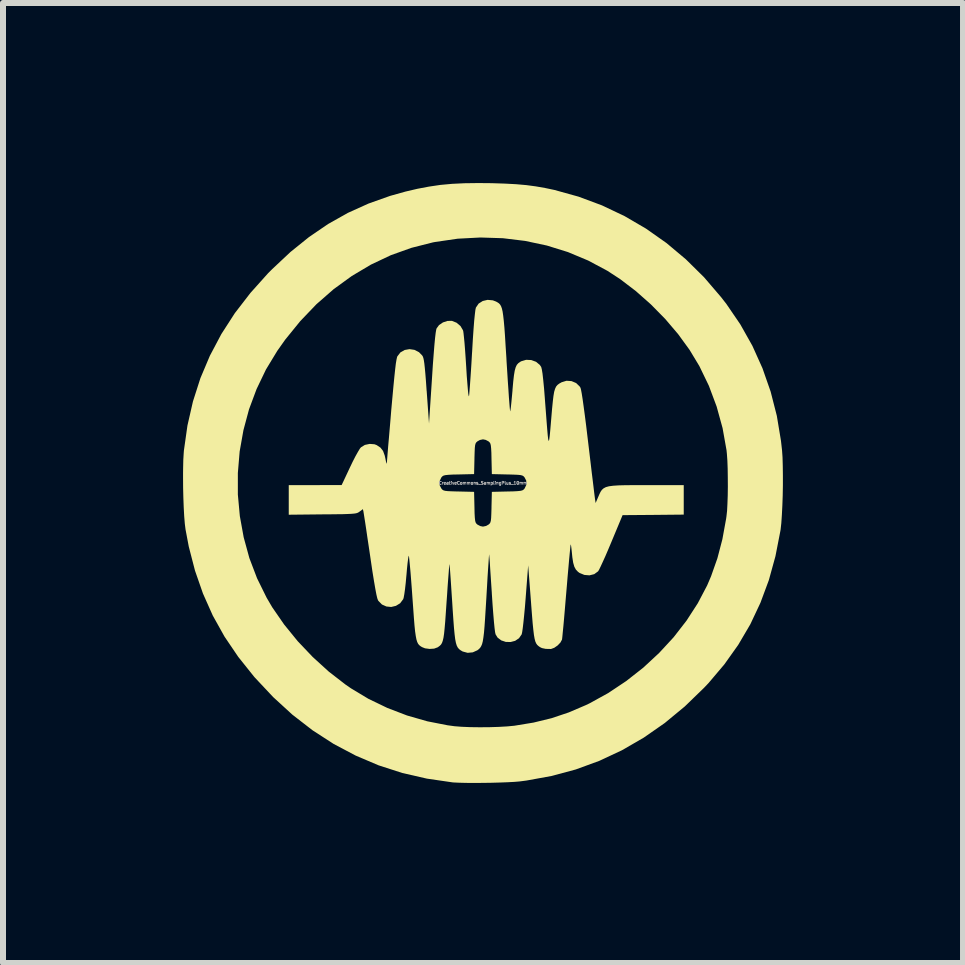
<source format=kicad_pcb>
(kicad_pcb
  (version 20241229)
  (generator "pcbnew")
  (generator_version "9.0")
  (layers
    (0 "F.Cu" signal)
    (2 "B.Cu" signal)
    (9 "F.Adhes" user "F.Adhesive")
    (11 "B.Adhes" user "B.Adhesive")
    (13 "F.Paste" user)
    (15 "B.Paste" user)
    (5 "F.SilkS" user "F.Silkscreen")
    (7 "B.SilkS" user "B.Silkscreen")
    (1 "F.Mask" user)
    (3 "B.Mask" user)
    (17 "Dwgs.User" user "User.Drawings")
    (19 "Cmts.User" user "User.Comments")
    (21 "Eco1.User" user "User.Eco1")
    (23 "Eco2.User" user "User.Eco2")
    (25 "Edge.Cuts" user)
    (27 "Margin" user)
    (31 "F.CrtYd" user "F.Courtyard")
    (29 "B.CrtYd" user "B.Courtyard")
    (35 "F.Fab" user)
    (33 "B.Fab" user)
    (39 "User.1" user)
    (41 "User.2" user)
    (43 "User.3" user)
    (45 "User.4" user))
  (footprint "CreativeCommons_SamplingPlus_10mm"
    (layer "F.Cu")
    (at 4.997 4.997)
    (property "Reference" "CreativeCommons_SamplingPlus_10mm" (at 0 0 0) (layer "F.Fab") (effects (font (size 0.05 0.05) (thickness 0.013))))
    (attr board_only exclude_from_pos_files exclude_from_bom)
    (fp_poly (pts (xy 0.145 -4.995) (xy 0.362 -4.988) (xy 0.551 -4.978) (xy 0.721 -4.963) (xy 0.879 -4.942) (xy 1.034 -4.915) (xy 1.191 -4.882) (xy 1.594 -4.77) (xy 1.983 -4.625) (xy 2.358 -4.447) (xy 2.716 -4.238) (xy 3.057 -3.998) (xy 3.38 -3.727) (xy 3.683 -3.428) (xy 3.965 -3.099) (xy 4.056 -2.982) (xy 4.288 -2.642) (xy 4.489 -2.285) (xy 4.657 -1.911) (xy 4.793 -1.522) (xy 4.896 -1.119) (xy 4.965 -0.703) (xy 4.983 -0.542) (xy 4.991 -0.427) (xy 4.995 -0.287) (xy 4.997 -0.129) (xy 4.997 0.04) (xy 4.994 0.211) (xy 4.988 0.377) (xy 4.98 0.532) (xy 4.971 0.667) (xy 4.959 0.776) (xy 4.955 0.8) (xy 4.873 1.22) (xy 4.763 1.619) (xy 4.623 1.996) (xy 4.454 2.355) (xy 4.253 2.697) (xy 4.022 3.022) (xy 3.758 3.334) (xy 3.683 3.413) (xy 3.363 3.723) (xy 3.028 4) (xy 2.679 4.243) (xy 2.316 4.453) (xy 1.938 4.63) (xy 1.547 4.773) (xy 1.142 4.882) (xy 0.724 4.958) (xy 0.609 4.973) (xy 0.524 4.98) (xy 0.412 4.986) (xy 0.281 4.991) (xy 0.138 4.995) (xy -0.01 4.997) (xy -0.153 4.998) (xy -0.286 4.997) (xy -0.4 4.994) (xy -0.488 4.99) (xy -0.509 4.988) (xy -0.934 4.926) (xy -1.344 4.832) (xy -1.74 4.704) (xy -2.121 4.542) (xy -2.488 4.348) (xy -2.839 4.121) (xy -3.176 3.86) (xy -3.496 3.567) (xy -3.801 3.242) (xy -3.814 3.227) (xy -4.077 2.898) (xy -4.306 2.56) (xy -4.502 2.209) (xy -4.665 1.843) (xy -4.798 1.461) (xy -4.902 1.059) (xy -4.956 0.773) (xy -4.968 0.677) (xy -4.978 0.553) (xy -4.986 0.407) (xy -4.992 0.247) (xy -4.996 0.081) (xy -4.997 -0.084) (xy -4.997 -0.166) (xy -4.084 -0.166) (xy -4.084 0.193) (xy -4.051 0.552) (xy -3.987 0.905) (xy -3.892 1.252) (xy -3.764 1.588) (xy -3.605 1.911) (xy -3.51 2.073) (xy -3.313 2.358) (xy -3.087 2.636) (xy -2.836 2.9) (xy -2.569 3.143) (xy -2.29 3.359) (xy -2.2 3.421) (xy -1.909 3.596) (xy -1.594 3.748) (xy -1.265 3.874) (xy -0.927 3.971) (xy -0.59 4.037) (xy -0.473 4.053) (xy -0.356 4.062) (xy -0.214 4.068) (xy -0.057 4.07) (xy 0.105 4.069) (xy 0.262 4.064) (xy 0.403 4.056) (xy 0.519 4.045) (xy 0.521 4.045) (xy 0.843 3.992) (xy 1.143 3.919) (xy 1.429 3.823) (xy 1.712 3.702) (xy 1.773 3.673) (xy 2.087 3.5) (xy 2.387 3.3) (xy 2.671 3.077) (xy 2.935 2.832) (xy 3.177 2.57) (xy 3.392 2.293) (xy 3.579 2.004) (xy 3.735 1.707) (xy 3.8 1.555) (xy 3.906 1.254) (xy 3.989 0.937) (xy 4.051 0.597) (xy 4.057 0.555) (xy 4.067 0.465) (xy 4.073 0.347) (xy 4.078 0.209) (xy 4.08 0.06) (xy 4.079 -0.092) (xy 4.077 -0.24) (xy 4.072 -0.374) (xy 4.064 -0.486) (xy 4.058 -0.545) (xy 3.992 -0.915) (xy 3.893 -1.274) (xy 3.764 -1.619) (xy 3.605 -1.948) (xy 3.442 -2.218) (xy 3.253 -2.478) (xy 3.037 -2.732) (xy 2.799 -2.974) (xy 2.546 -3.198) (xy 2.285 -3.397) (xy 2.073 -3.535) (xy 1.753 -3.706) (xy 1.416 -3.847) (xy 1.065 -3.956) (xy 0.703 -4.033) (xy 0.332 -4.078) (xy -0.043 -4.09) (xy -0.421 -4.07) (xy -0.799 -4.015) (xy -0.836 -4.008) (xy -1.191 -3.918) (xy -1.535 -3.795) (xy -1.867 -3.638) (xy -2.185 -3.449) (xy -2.488 -3.229) (xy -2.775 -2.978) (xy -3.044 -2.697) (xy -3.295 -2.388) (xy -3.428 -2.2) (xy -3.616 -1.89) (xy -3.772 -1.565) (xy -3.898 -1.227) (xy -3.991 -0.88) (xy -4.054 -0.525) (xy -4.084 -0.166) (xy -4.997 -0.166) (xy -4.996 -0.242) (xy -4.993 -0.383) (xy -4.986 -0.501) (xy -4.983 -0.54) (xy -4.924 -0.957) (xy -4.832 -1.359) (xy -4.708 -1.746) (xy -4.55 -2.12) (xy -4.359 -2.481) (xy -4.134 -2.83) (xy -3.874 -3.167) (xy -3.581 -3.494) (xy -3.51 -3.565) (xy -3.207 -3.849) (xy -2.898 -4.098) (xy -2.58 -4.315) (xy -2.251 -4.5) (xy -1.908 -4.655) (xy -1.548 -4.783) (xy -1.291 -4.855) (xy -1.09 -4.902) (xy -0.899 -4.938) (xy -0.71 -4.966) (xy -0.515 -4.984) (xy -0.307 -4.994) (xy -0.077 -4.997)) (stroke (width 0) (type solid)) (fill yes) (layer "F.SilkS"))
    (fp_poly (pts (xy 0.164 -3.043) (xy 0.217 -3.023) (xy 0.244 -3.008) (xy 0.266 -2.993) (xy 0.285 -2.973) (xy 0.301 -2.946) (xy 0.315 -2.908) (xy 0.327 -2.856) (xy 0.337 -2.788) (xy 0.347 -2.699) (xy 0.357 -2.588) (xy 0.367 -2.45) (xy 0.377 -2.284) (xy 0.39 -2.085) (xy 0.393 -2.024) (xy 0.404 -1.853) (xy 0.414 -1.695) (xy 0.424 -1.552) (xy 0.432 -1.428) (xy 0.44 -1.327) (xy 0.446 -1.252) (xy 0.451 -1.206) (xy 0.454 -1.193) (xy 0.458 -1.214) (xy 0.465 -1.264) (xy 0.473 -1.34) (xy 0.482 -1.435) (xy 0.492 -1.543) (xy 0.492 -1.552) (xy 0.504 -1.688) (xy 0.516 -1.793) (xy 0.529 -1.871) (xy 0.545 -1.928) (xy 0.564 -1.968) (xy 0.59 -1.997) (xy 0.623 -2.02) (xy 0.638 -2.028) (xy 0.719 -2.052) (xy 0.805 -2.048) (xy 0.884 -2.019) (xy 0.947 -1.967) (xy 0.97 -1.933) (xy 0.98 -1.895) (xy 0.992 -1.823) (xy 1.004 -1.715) (xy 1.018 -1.572) (xy 1.032 -1.393) (xy 1.034 -1.364) (xy 1.049 -1.17) (xy 1.061 -1.011) (xy 1.071 -0.886) (xy 1.079 -0.794) (xy 1.086 -0.734) (xy 1.093 -0.704) (xy 1.099 -0.703) (xy 1.105 -0.731) (xy 1.112 -0.785) (xy 1.12 -0.866) (xy 1.129 -0.971) (xy 1.138 -1.079) (xy 1.151 -1.232) (xy 1.163 -1.353) (xy 1.174 -1.447) (xy 1.186 -1.518) (xy 1.201 -1.569) (xy 1.219 -1.607) (xy 1.242 -1.634) (xy 1.271 -1.656) (xy 1.307 -1.676) (xy 1.31 -1.678) (xy 1.392 -1.703) (xy 1.476 -1.697) (xy 1.552 -1.665) (xy 1.611 -1.608) (xy 1.625 -1.586) (xy 1.633 -1.556) (xy 1.645 -1.493) (xy 1.66 -1.398) (xy 1.677 -1.276) (xy 1.697 -1.127) (xy 1.719 -0.955) (xy 1.742 -0.763) (xy 1.753 -0.672) (xy 1.774 -0.497) (xy 1.794 -0.33) (xy 1.812 -0.176) (xy 1.829 -0.039) (xy 1.843 0.077) (xy 1.854 0.169) (xy 1.862 0.232) (xy 1.866 0.262) (xy 1.877 0.334) (xy 1.916 0.242) (xy 1.938 0.191) (xy 1.958 0.149) (xy 1.981 0.115) (xy 2.01 0.089) (xy 2.048 0.069) (xy 2.1 0.055) (xy 2.169 0.046) (xy 2.258 0.04) (xy 2.373 0.037) (xy 2.515 0.036) (xy 2.69 0.036) (xy 2.726 0.036) (xy 3.345 0.036) (xy 3.345 0.527) (xy 2.836 0.532) (xy 2.326 0.536) (xy 2.138 0.987) (xy 2.087 1.108) (xy 2.039 1.22) (xy 1.995 1.317) (xy 1.959 1.395) (xy 1.933 1.448) (xy 1.918 1.472) (xy 1.854 1.519) (xy 1.774 1.539) (xy 1.689 1.532) (xy 1.609 1.499) (xy 1.583 1.48) (xy 1.548 1.443) (xy 1.522 1.395) (xy 1.503 1.329) (xy 1.489 1.239) (xy 1.481 1.158) (xy 1.474 1.093) (xy 1.468 1.046) (xy 1.462 1.024) (xy 1.461 1.024) (xy 1.458 1.043) (xy 1.453 1.094) (xy 1.445 1.175) (xy 1.435 1.28) (xy 1.424 1.406) (xy 1.411 1.55) (xy 1.398 1.707) (xy 1.39 1.8) (xy 1.376 1.965) (xy 1.363 2.12) (xy 1.351 2.26) (xy 1.34 2.383) (xy 1.33 2.483) (xy 1.323 2.557) (xy 1.318 2.602) (xy 1.316 2.611) (xy 1.29 2.659) (xy 1.244 2.707) (xy 1.188 2.746) (xy 1.137 2.765) (xy 1.131 2.766) (xy 1.045 2.764) (xy 0.983 2.751) (xy 0.95 2.735) (xy 0.925 2.717) (xy 0.904 2.698) (xy 0.887 2.674) (xy 0.872 2.64) (xy 0.86 2.594) (xy 0.849 2.531) (xy 0.839 2.448) (xy 0.828 2.34) (xy 0.817 2.205) (xy 0.804 2.038) (xy 0.801 1.994) (xy 0.753 1.373) (xy 0.711 1.918) (xy 0.699 2.068) (xy 0.686 2.204) (xy 0.674 2.322) (xy 0.663 2.417) (xy 0.653 2.485) (xy 0.645 2.521) (xy 0.645 2.522) (xy 0.6 2.587) (xy 0.536 2.63) (xy 0.46 2.65) (xy 0.38 2.648) (xy 0.305 2.623) (xy 0.244 2.577) (xy 0.21 2.522) (xy 0.202 2.487) (xy 0.193 2.417) (xy 0.183 2.316) (xy 0.172 2.186) (xy 0.16 2.03) (xy 0.148 1.85) (xy 0.147 1.828) (xy 0.137 1.68) (xy 0.128 1.544) (xy 0.12 1.424) (xy 0.114 1.324) (xy 0.108 1.249) (xy 0.104 1.202) (xy 0.103 1.188) (xy 0.101 1.204) (xy 0.097 1.253) (xy 0.092 1.331) (xy 0.085 1.434) (xy 0.077 1.557) (xy 0.069 1.698) (xy 0.06 1.852) (xy 0.057 1.905) (xy 0.045 2.098) (xy 0.035 2.258) (xy 0.026 2.388) (xy 0.017 2.493) (xy 0.007 2.574) (xy -0.003 2.637) (xy -0.015 2.684) (xy -0.03 2.719) (xy -0.047 2.746) (xy -0.067 2.767) (xy -0.091 2.786) (xy -0.092 2.787) (xy -0.17 2.822) (xy -0.256 2.83) (xy -0.337 2.808) (xy -0.345 2.804) (xy -0.375 2.786) (xy -0.399 2.767) (xy -0.42 2.742) (xy -0.437 2.709) (xy -0.451 2.663) (xy -0.463 2.601) (xy -0.473 2.52) (xy -0.483 2.416) (xy -0.493 2.284) (xy -0.504 2.123) (xy -0.512 1.996) (xy -0.522 1.847) (xy -0.531 1.71) (xy -0.539 1.59) (xy -0.546 1.49) (xy -0.552 1.414) (xy -0.556 1.367) (xy -0.559 1.353) (xy -0.561 1.371) (xy -0.566 1.422) (xy -0.572 1.501) (xy -0.58 1.604) (xy -0.589 1.726) (xy -0.598 1.864) (xy -0.607 1.988) (xy -0.619 2.163) (xy -0.629 2.306) (xy -0.639 2.421) (xy -0.648 2.51) (xy -0.658 2.578) (xy -0.67 2.629) (xy -0.683 2.665) (xy -0.699 2.692) (xy -0.719 2.712) (xy -0.743 2.73) (xy -0.754 2.738) (xy -0.814 2.76) (xy -0.889 2.765) (xy -0.965 2.755) (xy -1.015 2.735) (xy -1.041 2.719) (xy -1.063 2.701) (xy -1.081 2.679) (xy -1.096 2.648) (xy -1.109 2.606) (xy -1.12 2.548) (xy -1.131 2.472) (xy -1.141 2.373) (xy -1.151 2.248) (xy -1.162 2.094) (xy -1.175 1.916) (xy -1.186 1.761) (xy -1.197 1.618) (xy -1.207 1.49) (xy -1.217 1.382) (xy -1.225 1.297) (xy -1.231 1.24) (xy -1.235 1.214) (xy -1.236 1.213) (xy -1.241 1.226) (xy -1.248 1.27) (xy -1.257 1.339) (xy -1.266 1.429) (xy -1.275 1.534) (xy -1.276 1.542) (xy -1.287 1.664) (xy -1.299 1.77) (xy -1.311 1.855) (xy -1.322 1.914) (xy -1.329 1.936) (xy -1.38 2.004) (xy -1.45 2.047) (xy -1.529 2.066) (xy -1.609 2.058) (xy -1.683 2.025) (xy -1.741 1.966) (xy -1.749 1.954) (xy -1.761 1.921) (xy -1.776 1.857) (xy -1.794 1.762) (xy -1.816 1.634) (xy -1.842 1.473) (xy -1.871 1.276) (xy -1.881 1.208) (xy -1.904 1.053) (xy -1.926 0.907) (xy -1.945 0.776) (xy -1.962 0.663) (xy -1.976 0.574) (xy -1.986 0.511) (xy -1.991 0.479) (xy -1.991 0.477) (xy -2.001 0.436) (xy -2.056 0.477) (xy -2.073 0.489) (xy -2.091 0.498) (xy -2.114 0.505) (xy -2.147 0.51) (xy -2.194 0.514) (xy -2.258 0.517) (xy -2.345 0.52) (xy -2.458 0.521) (xy -2.601 0.523) (xy -2.674 0.523) (xy -3.236 0.529) (xy -3.236 0.036) (xy -2.355 0.035) (xy -2.324 -0.03) (xy -0.723 -0.03) (xy -0.721 0.039) (xy -0.693 0.093) (xy -0.677 0.111) (xy -0.658 0.123) (xy -0.629 0.131) (xy -0.584 0.136) (xy -0.516 0.139) (xy -0.419 0.142) (xy -0.403 0.142) (xy -0.148 0.148) (xy -0.142 0.403) (xy -0.14 0.504) (xy -0.136 0.576) (xy -0.131 0.624) (xy -0.124 0.654) (xy -0.112 0.675) (xy -0.096 0.69) (xy -0.093 0.693) (xy -0.045 0.718) (xy 0 0.727) (xy 0.052 0.716) (xy 0.093 0.693) (xy 0.111 0.677) (xy 0.123 0.658) (xy 0.131 0.629) (xy 0.136 0.584) (xy 0.139 0.516) (xy 0.142 0.419) (xy 0.142 0.403) (xy 0.148 0.148) (xy 0.403 0.142) (xy 0.504 0.14) (xy 0.576 0.136) (xy 0.624 0.131) (xy 0.654 0.124) (xy 0.675 0.112) (xy 0.69 0.096) (xy 0.693 0.093) (xy 0.723 0.03) (xy 0.721 -0.039) (xy 0.693 -0.093) (xy 0.677 -0.111) (xy 0.658 -0.123) (xy 0.629 -0.131) (xy 0.584 -0.136) (xy 0.516 -0.139) (xy 0.419 -0.142) (xy 0.403 -0.142) (xy 0.148 -0.148) (xy 0.142 -0.403) (xy 0.14 -0.504) (xy 0.136 -0.576) (xy 0.131 -0.624) (xy 0.124 -0.654) (xy 0.112 -0.675) (xy 0.096 -0.69) (xy 0.093 -0.693) (xy 0.045 -0.718) (xy 0 -0.727) (xy -0.052 -0.716) (xy -0.093 -0.693) (xy -0.111 -0.677) (xy -0.123 -0.658) (xy -0.131 -0.629) (xy -0.136 -0.584) (xy -0.139 -0.516) (xy -0.142 -0.419) (xy -0.142 -0.403) (xy -0.148 -0.148) (xy -0.403 -0.142) (xy -0.504 -0.14) (xy -0.576 -0.136) (xy -0.624 -0.131) (xy -0.654 -0.124) (xy -0.675 -0.112) (xy -0.69 -0.096) (xy -0.693 -0.093) (xy -0.723 -0.03) (xy -2.324 -0.03) (xy -2.218 -0.256) (xy -2.171 -0.354) (xy -2.125 -0.444) (xy -2.083 -0.519) (xy -2.051 -0.572) (xy -2.033 -0.594) (xy -1.968 -0.634) (xy -1.888 -0.651) (xy -1.808 -0.645) (xy -1.771 -0.631) (xy -1.708 -0.589) (xy -1.665 -0.534) (xy -1.637 -0.457) (xy -1.625 -0.403) (xy -1.615 -0.351) (xy -1.606 -0.323) (xy -1.602 -0.326) (xy -1.602 -0.33) (xy -1.6 -0.357) (xy -1.595 -0.417) (xy -1.588 -0.505) (xy -1.579 -0.618) (xy -1.567 -0.752) (xy -1.554 -0.904) (xy -1.54 -1.068) (xy -1.528 -1.216) (xy -1.508 -1.435) (xy -1.491 -1.62) (xy -1.476 -1.773) (xy -1.463 -1.895) (xy -1.452 -1.988) (xy -1.441 -2.054) (xy -1.432 -2.095) (xy -1.427 -2.109) (xy -1.375 -2.176) (xy -1.304 -2.216) (xy -1.224 -2.23) (xy -1.142 -2.218) (xy -1.066 -2.179) (xy -1.013 -2.125) (xy -1.002 -2.107) (xy -0.993 -2.081) (xy -0.985 -2.044) (xy -0.977 -1.991) (xy -0.969 -1.917) (xy -0.96 -1.82) (xy -0.95 -1.695) (xy -0.939 -1.538) (xy -0.938 -1.534) (xy -0.899 -0.991) (xy -0.849 -1.751) (xy -0.835 -1.969) (xy -0.821 -2.152) (xy -0.809 -2.301) (xy -0.798 -2.417) (xy -0.788 -2.501) (xy -0.779 -2.555) (xy -0.773 -2.575) (xy -0.732 -2.631) (xy -0.667 -2.675) (xy -0.592 -2.7) (xy -0.517 -2.701) (xy -0.44 -2.67) (xy -0.375 -2.615) (xy -0.334 -2.546) (xy -0.329 -2.53) (xy -0.324 -2.495) (xy -0.317 -2.429) (xy -0.308 -2.338) (xy -0.299 -2.225) (xy -0.29 -2.097) (xy -0.281 -1.96) (xy -0.279 -1.928) (xy -0.27 -1.78) (xy -0.26 -1.656) (xy -0.252 -1.558) (xy -0.245 -1.489) (xy -0.238 -1.45) (xy -0.234 -1.445) (xy -0.233 -1.446) (xy -0.229 -1.476) (xy -0.224 -1.538) (xy -0.217 -1.628) (xy -0.209 -1.74) (xy -0.2 -1.871) (xy -0.191 -2.017) (xy -0.182 -2.173) (xy -0.181 -2.182) (xy -0.169 -2.39) (xy -0.157 -2.565) (xy -0.146 -2.706) (xy -0.135 -2.813) (xy -0.126 -2.886) (xy -0.118 -2.922) (xy -0.072 -2.989) (xy -0.004 -3.032) (xy 0.077 -3.051)) (stroke (width 0) (type solid)) (fill yes) (layer "F.SilkS")))
  (gr_rect
    (start -3 -3)
    (end 12.995 12.995)
    (stroke (width 0.1) (type default))
    (fill no)
    (layer "Edge.Cuts")))
</source>
